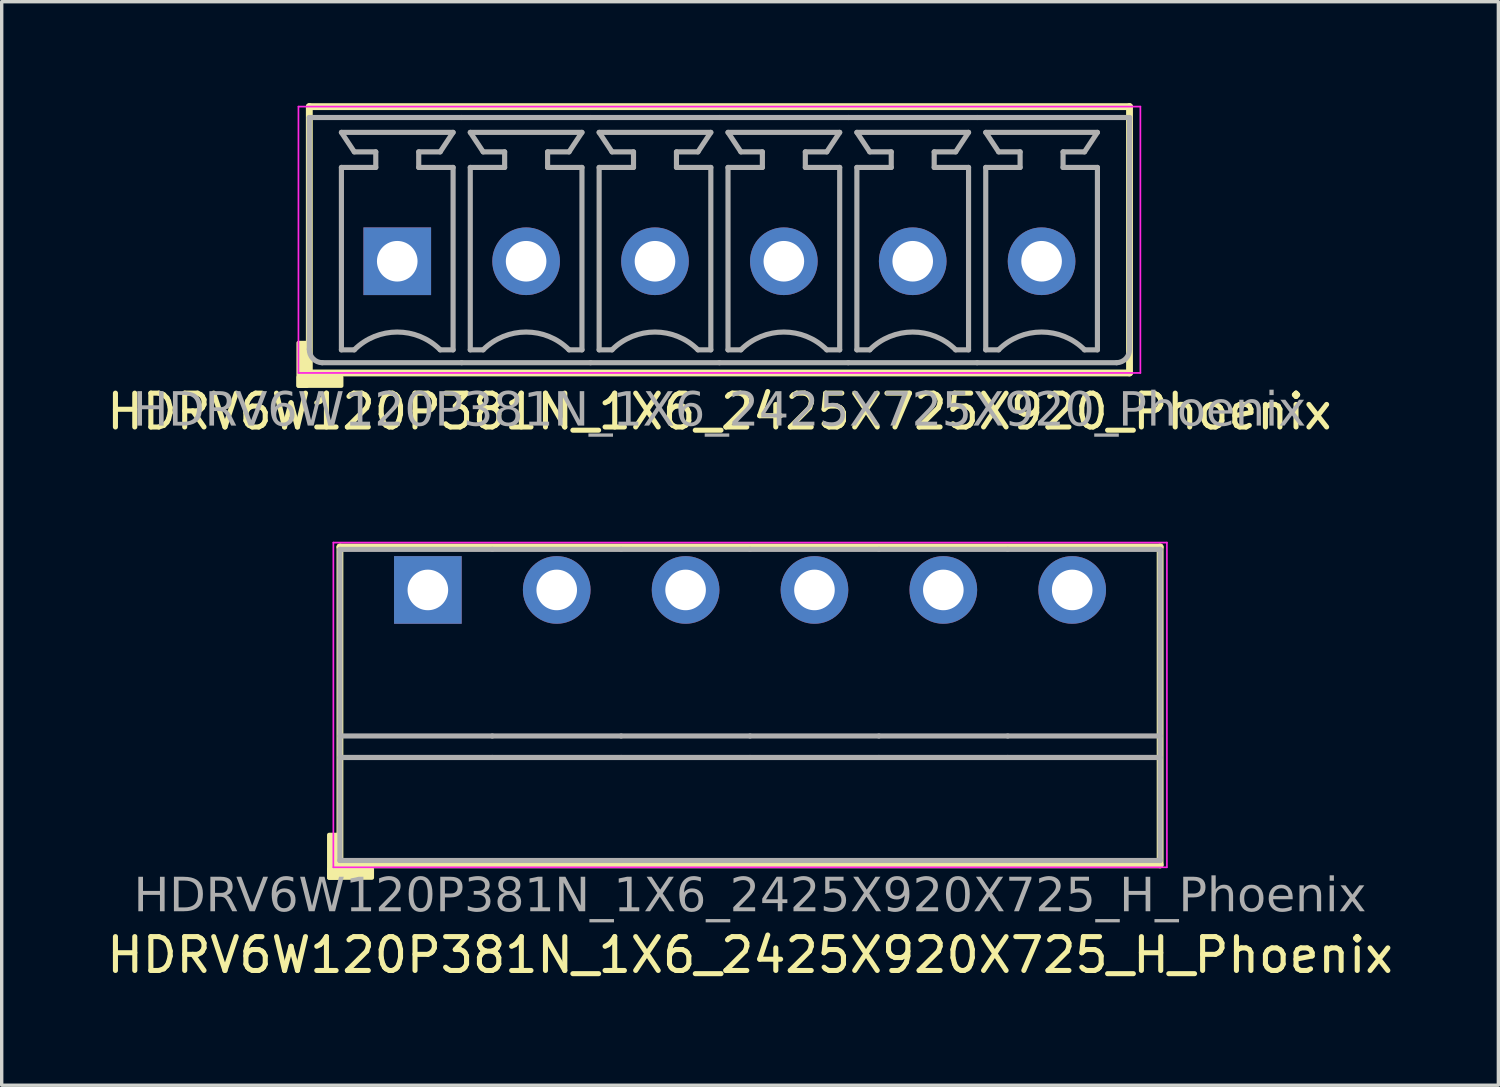
<source format=kicad_pcb>
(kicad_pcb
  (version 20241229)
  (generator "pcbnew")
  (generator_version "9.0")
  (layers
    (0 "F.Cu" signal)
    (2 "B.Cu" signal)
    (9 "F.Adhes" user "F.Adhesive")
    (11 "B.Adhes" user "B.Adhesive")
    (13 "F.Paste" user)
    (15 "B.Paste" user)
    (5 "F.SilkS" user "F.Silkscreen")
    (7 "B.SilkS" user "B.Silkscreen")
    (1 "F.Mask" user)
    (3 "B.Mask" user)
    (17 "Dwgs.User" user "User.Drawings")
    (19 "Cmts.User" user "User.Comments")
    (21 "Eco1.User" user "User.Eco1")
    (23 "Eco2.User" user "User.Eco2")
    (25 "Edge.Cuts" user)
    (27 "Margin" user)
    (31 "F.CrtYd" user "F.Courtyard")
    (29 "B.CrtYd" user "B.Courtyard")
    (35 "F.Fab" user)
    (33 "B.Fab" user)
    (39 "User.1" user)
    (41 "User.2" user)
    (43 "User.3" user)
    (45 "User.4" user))
  (footprint "HDRV6W120P381N_1X6_2425X725X920_Phoenix"
    (layer "F.Cu")
    (at 18.22 4.674)
    (property "Reference" "HDRV6W120P381N_1X6_2425X725X920_Phoenix" (at 0 4.445 0) (layer "F.SilkS") (effects (font (size 1 1) (thickness 0.15))))
    (attr through_hole)
    (fp_line (start -12.125 -4.572) (end -12.125 3.302) (stroke (width 0.203) (type solid)) (layer "F.SilkS"))
    (fp_line (start -12.125 -4.572) (end 12.125 -4.572) (stroke (width 0.203) (type solid)) (layer "F.SilkS"))
    (fp_line (start -12.125 3.302) (end 12.125 3.302) (stroke (width 0.203) (type solid)) (layer "F.SilkS"))
    (fp_line (start 12.125 -4.572) (end 12.125 3.302) (stroke (width 0.203) (type solid)) (layer "F.SilkS"))
    (fp_rect (start -12.192 2.413) (end -12.446 3.683) (stroke (width 0.12) (type solid)) (fill yes) (layer "F.SilkS"))
    (fp_rect (start -11.176 3.683) (end -12.446 3.429) (stroke (width 0.12) (type solid)) (fill yes) (layer "F.SilkS"))
    (fp_line (start -12.446 3.302) (end -12.446 -4.572) (stroke (width 0.05) (type solid)) (layer "F.CrtYd"))
    (fp_line (start 12.446 -4.572) (end -12.446 -4.572) (stroke (width 0.05) (type solid)) (layer "F.CrtYd"))
    (fp_line (start 12.446 3.302) (end -12.446 3.302) (stroke (width 0.05) (type solid)) (layer "F.CrtYd"))
    (fp_line (start 12.446 3.302) (end 12.446 -4.572) (stroke (width 0.05) (type solid)) (layer "F.CrtYd"))
    (fp_line (start -12.125 -4.25) (end -12.125 2.6) (stroke (width 0.152) (type solid)) (layer "F.Fab"))
    (fp_line (start -12.125 -4.25) (end -7.62 -4.25) (stroke (width 0.152) (type solid)) (layer "F.Fab"))
    (fp_line (start -11.744 3) (end -7.62 3) (stroke (width 0.152) (type solid)) (layer "F.Fab"))
    (fp_line (start -11.176 -2.774) (end -10.16 -2.774) (stroke (width 0.152) (type default)) (layer "F.Fab"))
    (fp_line (start -11.176 2.619) (end -11.176 -2.774) (stroke (width 0.152) (type default)) (layer "F.Fab"))
    (fp_line (start -10.795 -3.234) (end -11.176 -3.81) (stroke (width 0.152) (type default)) (layer "F.Fab"))
    (fp_line (start -10.795 2.619) (end -11.176 2.619) (stroke (width 0.152) (type default)) (layer "F.Fab"))
    (fp_line (start -10.16 -3.234) (end -10.795 -3.234) (stroke (width 0.152) (type default)) (layer "F.Fab"))
    (fp_line (start -10.16 -2.774) (end -10.16 -3.234) (stroke (width 0.152) (type default)) (layer "F.Fab"))
    (fp_line (start -8.89 -3.234) (end -8.255 -3.234) (stroke (width 0.152) (type default)) (layer "F.Fab"))
    (fp_line (start -8.89 -2.774) (end -8.89 -3.234) (stroke (width 0.152) (type default)) (layer "F.Fab"))
    (fp_line (start -8.255 -3.234) (end -7.874 -3.81) (stroke (width 0.152) (type default)) (layer "F.Fab"))
    (fp_line (start -8.255 2.619) (end -7.874 2.619) (stroke (width 0.152) (type default)) (layer "F.Fab"))
    (fp_line (start -7.874 -3.81) (end -11.176 -3.81) (stroke (width 0.152) (type default)) (layer "F.Fab"))
    (fp_line (start -7.874 -2.774) (end -8.89 -2.774) (stroke (width 0.152) (type default)) (layer "F.Fab"))
    (fp_line (start -7.874 2.619) (end -7.874 -2.774) (stroke (width 0.152) (type default)) (layer "F.Fab"))
    (fp_line (start -7.62 -4.25) (end -3.81 -4.25) (stroke (width 0.152) (type solid)) (layer "F.Fab"))
    (fp_line (start -7.62 3) (end -3.81 3) (stroke (width 0.152) (type solid)) (layer "F.Fab"))
    (fp_line (start -7.366 -2.774) (end -6.35 -2.774) (stroke (width 0.152) (type default)) (layer "F.Fab"))
    (fp_line (start -7.366 2.619) (end -7.366 -2.774) (stroke (width 0.152) (type default)) (layer "F.Fab"))
    (fp_line (start -6.985 -3.234) (end -7.366 -3.81) (stroke (width 0.152) (type default)) (layer "F.Fab"))
    (fp_line (start -6.985 2.619) (end -7.366 2.619) (stroke (width 0.152) (type default)) (layer "F.Fab"))
    (fp_line (start -6.35 -3.234) (end -6.985 -3.234) (stroke (width 0.152) (type default)) (layer "F.Fab"))
    (fp_line (start -6.35 -2.774) (end -6.35 -3.234) (stroke (width 0.152) (type default)) (layer "F.Fab"))
    (fp_line (start -5.08 -3.234) (end -4.445 -3.234) (stroke (width 0.152) (type default)) (layer "F.Fab"))
    (fp_line (start -5.08 -2.774) (end -5.08 -3.234) (stroke (width 0.152) (type default)) (layer "F.Fab"))
    (fp_line (start -4.445 -3.234) (end -4.064 -3.81) (stroke (width 0.152) (type default)) (layer "F.Fab"))
    (fp_line (start -4.445 2.619) (end -4.064 2.619) (stroke (width 0.152) (type default)) (layer "F.Fab"))
    (fp_line (start -4.064 -3.81) (end -7.366 -3.81) (stroke (width 0.152) (type default)) (layer "F.Fab"))
    (fp_line (start -4.064 -2.774) (end -5.08 -2.774) (stroke (width 0.152) (type default)) (layer "F.Fab"))
    (fp_line (start -4.064 2.619) (end -4.064 -2.774) (stroke (width 0.152) (type default)) (layer "F.Fab"))
    (fp_line (start -3.81 -4.25) (end 0 -4.25) (stroke (width 0.152) (type solid)) (layer "F.Fab"))
    (fp_line (start -3.81 3) (end 0 3) (stroke (width 0.152) (type solid)) (layer "F.Fab"))
    (fp_line (start -3.556 -2.774) (end -2.54 -2.774) (stroke (width 0.152) (type default)) (layer "F.Fab"))
    (fp_line (start -3.556 2.619) (end -3.556 -2.774) (stroke (width 0.152) (type default)) (layer "F.Fab"))
    (fp_line (start -3.175 -3.234) (end -3.556 -3.81) (stroke (width 0.152) (type default)) (layer "F.Fab"))
    (fp_line (start -3.175 2.619) (end -3.556 2.619) (stroke (width 0.152) (type default)) (layer "F.Fab"))
    (fp_line (start -2.54 -3.234) (end -3.175 -3.234) (stroke (width 0.152) (type default)) (layer "F.Fab"))
    (fp_line (start -2.54 -2.774) (end -2.54 -3.234) (stroke (width 0.152) (type default)) (layer "F.Fab"))
    (fp_line (start -1.27 -3.234) (end -0.635 -3.234) (stroke (width 0.152) (type default)) (layer "F.Fab"))
    (fp_line (start -1.27 -2.774) (end -1.27 -3.234) (stroke (width 0.152) (type default)) (layer "F.Fab"))
    (fp_line (start -0.635 -3.234) (end -0.254 -3.81) (stroke (width 0.152) (type default)) (layer "F.Fab"))
    (fp_line (start -0.635 2.619) (end -0.254 2.619) (stroke (width 0.152) (type default)) (layer "F.Fab"))
    (fp_line (start -0.254 -3.81) (end -3.556 -3.81) (stroke (width 0.152) (type default)) (layer "F.Fab"))
    (fp_line (start -0.254 -2.774) (end -1.27 -2.774) (stroke (width 0.152) (type default)) (layer "F.Fab"))
    (fp_line (start -0.254 2.619) (end -0.254 -2.774) (stroke (width 0.152) (type default)) (layer "F.Fab"))
    (fp_line (start 0 -4.25) (end 3.81 -4.25) (stroke (width 0.152) (type solid)) (layer "F.Fab"))
    (fp_line (start 0 3) (end 3.81 3) (stroke (width 0.152) (type solid)) (layer "F.Fab"))
    (fp_line (start 0.254 -2.774) (end 1.27 -2.774) (stroke (width 0.152) (type default)) (layer "F.Fab"))
    (fp_line (start 0.254 2.619) (end 0.254 -2.774) (stroke (width 0.152) (type default)) (layer "F.Fab"))
    (fp_line (start 0.635 -3.234) (end 0.254 -3.81) (stroke (width 0.152) (type default)) (layer "F.Fab"))
    (fp_line (start 0.635 2.619) (end 0.254 2.619) (stroke (width 0.152) (type default)) (layer "F.Fab"))
    (fp_line (start 1.27 -3.234) (end 0.635 -3.234) (stroke (width 0.152) (type default)) (layer "F.Fab"))
    (fp_line (start 1.27 -2.774) (end 1.27 -3.234) (stroke (width 0.152) (type default)) (layer "F.Fab"))
    (fp_line (start 2.54 -3.234) (end 3.175 -3.234) (stroke (width 0.152) (type default)) (layer "F.Fab"))
    (fp_line (start 2.54 -2.774) (end 2.54 -3.234) (stroke (width 0.152) (type default)) (layer "F.Fab"))
    (fp_line (start 3.175 -3.234) (end 3.556 -3.81) (stroke (width 0.152) (type default)) (layer "F.Fab"))
    (fp_line (start 3.175 2.619) (end 3.556 2.619) (stroke (width 0.152) (type default)) (layer "F.Fab"))
    (fp_line (start 3.556 -3.81) (end 0.254 -3.81) (stroke (width 0.152) (type default)) (layer "F.Fab"))
    (fp_line (start 3.556 -2.774) (end 2.54 -2.774) (stroke (width 0.152) (type default)) (layer "F.Fab"))
    (fp_line (start 3.556 2.619) (end 3.556 -2.774) (stroke (width 0.152) (type default)) (layer "F.Fab"))
    (fp_line (start 3.81 -4.25) (end 7.62 -4.25) (stroke (width 0.152) (type solid)) (layer "F.Fab"))
    (fp_line (start 3.81 3) (end 7.62 3) (stroke (width 0.152) (type solid)) (layer "F.Fab"))
    (fp_line (start 4.064 -2.774) (end 5.08 -2.774) (stroke (width 0.152) (type default)) (layer "F.Fab"))
    (fp_line (start 4.064 2.619) (end 4.064 -2.774) (stroke (width 0.152) (type default)) (layer "F.Fab"))
    (fp_line (start 4.445 -3.234) (end 4.064 -3.81) (stroke (width 0.152) (type default)) (layer "F.Fab"))
    (fp_line (start 4.445 2.619) (end 4.064 2.619) (stroke (width 0.152) (type default)) (layer "F.Fab"))
    (fp_line (start 5.08 -3.234) (end 4.445 -3.234) (stroke (width 0.152) (type default)) (layer "F.Fab"))
    (fp_line (start 5.08 -2.774) (end 5.08 -3.234) (stroke (width 0.152) (type default)) (layer "F.Fab"))
    (fp_line (start 6.35 -3.234) (end 6.985 -3.234) (stroke (width 0.152) (type default)) (layer "F.Fab"))
    (fp_line (start 6.35 -2.774) (end 6.35 -3.234) (stroke (width 0.152) (type default)) (layer "F.Fab"))
    (fp_line (start 6.985 -3.234) (end 7.366 -3.81) (stroke (width 0.152) (type default)) (layer "F.Fab"))
    (fp_line (start 6.985 2.619) (end 7.366 2.619) (stroke (width 0.152) (type default)) (layer "F.Fab"))
    (fp_line (start 7.366 -3.81) (end 4.064 -3.81) (stroke (width 0.152) (type default)) (layer "F.Fab"))
    (fp_line (start 7.366 -2.774) (end 6.35 -2.774) (stroke (width 0.152) (type default)) (layer "F.Fab"))
    (fp_line (start 7.366 2.619) (end 7.366 -2.774) (stroke (width 0.152) (type default)) (layer "F.Fab"))
    (fp_line (start 7.62 -4.25) (end 12.125 -4.25) (stroke (width 0.152) (type solid)) (layer "F.Fab"))
    (fp_line (start 7.62 3) (end 11.744 3) (stroke (width 0.152) (type solid)) (layer "F.Fab"))
    (fp_line (start 7.874 -2.774) (end 8.89 -2.774) (stroke (width 0.152) (type default)) (layer "F.Fab"))
    (fp_line (start 7.874 2.619) (end 7.874 -2.774) (stroke (width 0.152) (type default)) (layer "F.Fab"))
    (fp_line (start 8.255 -3.234) (end 7.874 -3.81) (stroke (width 0.152) (type default)) (layer "F.Fab"))
    (fp_line (start 8.255 2.619) (end 7.874 2.619) (stroke (width 0.152) (type default)) (layer "F.Fab"))
    (fp_line (start 8.89 -3.234) (end 8.255 -3.234) (stroke (width 0.152) (type default)) (layer "F.Fab"))
    (fp_line (start 8.89 -2.774) (end 8.89 -3.234) (stroke (width 0.152) (type default)) (layer "F.Fab"))
    (fp_line (start 10.16 -3.234) (end 10.795 -3.234) (stroke (width 0.152) (type default)) (layer "F.Fab"))
    (fp_line (start 10.16 -2.774) (end 10.16 -3.234) (stroke (width 0.152) (type default)) (layer "F.Fab"))
    (fp_line (start 10.795 -3.234) (end 11.176 -3.81) (stroke (width 0.152) (type default)) (layer "F.Fab"))
    (fp_line (start 10.795 2.619) (end 11.176 2.619) (stroke (width 0.152) (type default)) (layer "F.Fab"))
    (fp_line (start 11.176 -3.81) (end 7.874 -3.81) (stroke (width 0.152) (type default)) (layer "F.Fab"))
    (fp_line (start 11.176 -2.774) (end 10.16 -2.774) (stroke (width 0.152) (type default)) (layer "F.Fab"))
    (fp_line (start 11.176 2.619) (end 11.176 -2.774) (stroke (width 0.152) (type default)) (layer "F.Fab"))
    (fp_line (start 12.125 -4.25) (end 12.125 2.6) (stroke (width 0.152) (type solid)) (layer "F.Fab"))
    (fp_rect (start -9.271 -0.254) (end -9.779 0.254) (stroke (width 0.152) (type solid)) (fill no) (layer "F.Fab"))
    (fp_rect (start -5.461 -0.254) (end -5.969 0.254) (stroke (width 0.152) (type solid)) (fill no) (layer "F.Fab"))
    (fp_rect (start -1.651 -0.254) (end -2.159 0.254) (stroke (width 0.152) (type solid)) (fill no) (layer "F.Fab"))
    (fp_rect (start 2.159 -0.254) (end 1.651 0.254) (stroke (width 0.152) (type solid)) (fill no) (layer "F.Fab"))
    (fp_rect (start 5.969 -0.254) (end 5.461 0.254) (stroke (width 0.152) (type solid)) (fill no) (layer "F.Fab"))
    (fp_rect (start 9.779 -0.254) (end 9.271 0.254) (stroke (width 0.152) (type solid)) (fill no) (layer "F.Fab"))
    (fp_arc (start -11.744 3) (mid -12.017342 2.878907) (end -12.125 2.6) (stroke (width 0.1524) (type solid)) (layer "F.Fab"))
    (fp_arc (start -10.795 2.619) (mid -9.525 2.092948) (end -8.255 2.619) (stroke (width 0.1524) (type default)) (layer "F.Fab"))
    (fp_arc (start -6.985 2.619) (mid -5.715 2.092948) (end -4.445 2.619) (stroke (width 0.1524) (type default)) (layer "F.Fab"))
    (fp_arc (start -3.175 2.619) (mid -1.905 2.092948) (end -0.635 2.619) (stroke (width 0.1524) (type default)) (layer "F.Fab"))
    (fp_arc (start 0.635 2.619) (mid 1.905 2.092948) (end 3.175 2.619) (stroke (width 0.1524) (type default)) (layer "F.Fab"))
    (fp_arc (start 4.445 2.619) (mid 5.715 2.092948) (end 6.985 2.619) (stroke (width 0.1524) (type default)) (layer "F.Fab"))
    (fp_arc (start 8.255 2.619) (mid 9.525 2.092948) (end 10.795 2.619) (stroke (width 0.1524) (type default)) (layer "F.Fab"))
    (fp_arc (start 12.125 2.6) (mid 12.017343 2.878908) (end 11.744 3) (stroke (width 0.1524) (type solid)) (layer "F.Fab"))
    (fp_text user "${REFERENCE}" (at 0 4.445 0) (layer "F.Fab") (effects (font (face "Tahoma") (size 1 1) (thickness 0.15))))
    (pad "1" thru_hole rect (at -9.525 0) (size 2 2) (drill 1.2) (layers "*.Cu" "*.Mask"))
    (pad "2" thru_hole circle (at -5.715 0) (size 2 2) (drill 1.2) (layers "*.Cu" "*.Mask"))
    (pad "3" thru_hole circle (at -1.905 0) (size 2 2) (drill 1.2) (layers "*.Cu" "*.Mask"))
    (pad "4" thru_hole circle (at 1.905 0) (size 2 2) (drill 1.2) (layers "*.Cu" "*.Mask"))
    (pad "5" thru_hole circle (at 5.715 0) (size 2 2) (drill 1.2) (layers "*.Cu" "*.Mask"))
    (pad "6" thru_hole circle (at 9.525 0) (size 2 2) (drill 1.2) (layers "*.Cu" "*.Mask")))
  (footprint "HDRV6W120P381N_1X6_2425X920X725_H_Phoenix"
    (layer "F.Cu")
    (at 19.125 14.392)
    (property "Reference" "HDRV6W120P381N_1X6_2425X920X725_H_Phoenix" (at 0 10.795 0) (layer "F.SilkS") (effects (font (size 1 1) (thickness 0.15))))
    (attr through_hole)
    (fp_line (start -12.125 -1.27) (end -12.125 8.128) (stroke (width 0.203) (type solid)) (layer "F.SilkS"))
    (fp_line (start -12.125 -1.27) (end 12.125 -1.27) (stroke (width 0.203) (type solid)) (layer "F.SilkS"))
    (fp_line (start -12.125 8.128) (end 12.125 8.128) (stroke (width 0.203) (type solid)) (layer "F.SilkS"))
    (fp_line (start 12.125 -1.27) (end 12.125 8.128) (stroke (width 0.203) (type solid)) (layer "F.SilkS"))
    (fp_rect (start -12.192 7.239) (end -12.446 8.509) (stroke (width 0.12) (type solid)) (fill yes) (layer "F.SilkS"))
    (fp_rect (start -11.176 8.509) (end -12.446 8.255) (stroke (width 0.12) (type solid)) (fill yes) (layer "F.SilkS"))
    (fp_line (start -12.319 8.2) (end -12.319 -1.4) (stroke (width 0.05) (type solid)) (layer "F.CrtYd"))
    (fp_line (start 12.319 8.2) (end -12.319 8.2) (stroke (width 0.05) (type solid)) (layer "F.CrtYd"))
    (fp_line (start 12.325 -1.4) (end -12.319 -1.4) (stroke (width 0.05) (type solid)) (layer "F.CrtYd"))
    (fp_line (start 12.325 8.2) (end 12.325 -1.4) (stroke (width 0.05) (type solid)) (layer "F.CrtYd"))
    (fp_line (start -12.125 -1.2) (end -12.125 8) (stroke (width 0.152) (type solid)) (layer "F.Fab"))
    (fp_line (start -12.125 -1.2) (end -7.62 -1.2) (stroke (width 0.152) (type solid)) (layer "F.Fab"))
    (fp_line (start -12.125 4.318) (end -7.62 4.318) (stroke (width 0.152) (type solid)) (layer "F.Fab"))
    (fp_line (start -12.125 4.953) (end -7.62 4.953) (stroke (width 0.152) (type solid)) (layer "F.Fab"))
    (fp_line (start -12.125 8) (end -7.62 8) (stroke (width 0.152) (type solid)) (layer "F.Fab"))
    (fp_line (start -7.62 -1.2) (end -3.81 -1.2) (stroke (width 0.152) (type solid)) (layer "F.Fab"))
    (fp_line (start -7.62 4.318) (end -3.81 4.318) (stroke (width 0.152) (type solid)) (layer "F.Fab"))
    (fp_line (start -7.62 4.953) (end -3.81 4.953) (stroke (width 0.152) (type solid)) (layer "F.Fab"))
    (fp_line (start -7.62 8) (end -3.81 8) (stroke (width 0.152) (type solid)) (layer "F.Fab"))
    (fp_line (start -3.81 -1.2) (end 0 -1.2) (stroke (width 0.152) (type solid)) (layer "F.Fab"))
    (fp_line (start -3.81 4.318) (end 0 4.318) (stroke (width 0.152) (type solid)) (layer "F.Fab"))
    (fp_line (start -3.81 4.953) (end 0 4.953) (stroke (width 0.152) (type solid)) (layer "F.Fab"))
    (fp_line (start -3.81 8) (end 0 8) (stroke (width 0.152) (type solid)) (layer "F.Fab"))
    (fp_line (start 0 -1.2) (end 3.81 -1.2) (stroke (width 0.152) (type solid)) (layer "F.Fab"))
    (fp_line (start 0 4.318) (end 3.81 4.318) (stroke (width 0.152) (type solid)) (layer "F.Fab"))
    (fp_line (start 0 4.953) (end 3.81 4.953) (stroke (width 0.152) (type solid)) (layer "F.Fab"))
    (fp_line (start 0 8) (end 3.81 8) (stroke (width 0.152) (type solid)) (layer "F.Fab"))
    (fp_line (start 3.81 -1.2) (end 7.62 -1.2) (stroke (width 0.152) (type solid)) (layer "F.Fab"))
    (fp_line (start 3.81 4.318) (end 7.62 4.318) (stroke (width 0.152) (type solid)) (layer "F.Fab"))
    (fp_line (start 3.81 4.953) (end 7.62 4.953) (stroke (width 0.152) (type solid)) (layer "F.Fab"))
    (fp_line (start 3.81 8) (end 7.62 8) (stroke (width 0.152) (type solid)) (layer "F.Fab"))
    (fp_line (start 7.62 -1.2) (end 12.125 -1.2) (stroke (width 0.152) (type solid)) (layer "F.Fab"))
    (fp_line (start 7.62 4.318) (end 12.125 4.318) (stroke (width 0.152) (type solid)) (layer "F.Fab"))
    (fp_line (start 7.62 4.953) (end 12.125 4.953) (stroke (width 0.152) (type solid)) (layer "F.Fab"))
    (fp_line (start 7.62 8) (end 12.125 8) (stroke (width 0.152) (type solid)) (layer "F.Fab"))
    (fp_line (start 12.125 -1.2) (end 12.125 8) (stroke (width 0.152) (type solid)) (layer "F.Fab"))
    (fp_rect (start -9.271 -0.254) (end -9.779 0.254) (stroke (width 0.152) (type solid)) (fill no) (layer "F.Fab"))
    (fp_rect (start -5.461 -0.254) (end -5.969 0.254) (stroke (width 0.152) (type solid)) (fill no) (layer "F.Fab"))
    (fp_rect (start -1.651 -0.254) (end -2.159 0.254) (stroke (width 0.152) (type solid)) (fill no) (layer "F.Fab"))
    (fp_rect (start 2.159 -0.254) (end 1.651 0.254) (stroke (width 0.152) (type solid)) (fill no) (layer "F.Fab"))
    (fp_rect (start 5.969 -0.254) (end 5.461 0.254) (stroke (width 0.152) (type solid)) (fill no) (layer "F.Fab"))
    (fp_rect (start 9.779 -0.254) (end 9.271 0.254) (stroke (width 0.152) (type solid)) (fill no) (layer "F.Fab"))
    (fp_text user "${REFERENCE}" (at 0 9.085 0) (layer "F.Fab") (effects (font (face "Tahoma") (size 1 1) (thickness 0.15))))
    (pad "1" thru_hole rect (at -9.525 0) (size 2 2) (drill 1.2) (layers "*.Cu" "*.Mask"))
    (pad "2" thru_hole circle (at -5.715 0) (size 2 2) (drill 1.2) (layers "*.Cu" "*.Mask"))
    (pad "3" thru_hole circle (at -1.905 0) (size 2 2) (drill 1.2) (layers "*.Cu" "*.Mask"))
    (pad "4" thru_hole circle (at 1.905 0) (size 2 2) (drill 1.2) (layers "*.Cu" "*.Mask"))
    (pad "5" thru_hole circle (at 5.715 0) (size 2 2) (drill 1.2) (layers "*.Cu" "*.Mask"))
    (pad "6" thru_hole circle (at 9.525 0) (size 2 2) (drill 1.2) (layers "*.Cu" "*.Mask")))
  (gr_rect
    (start -3 -3)
    (end 41.25 29.035)
    (stroke (width 0.1) (type default))
    (fill no)
    (layer "Edge.Cuts")))
</source>
